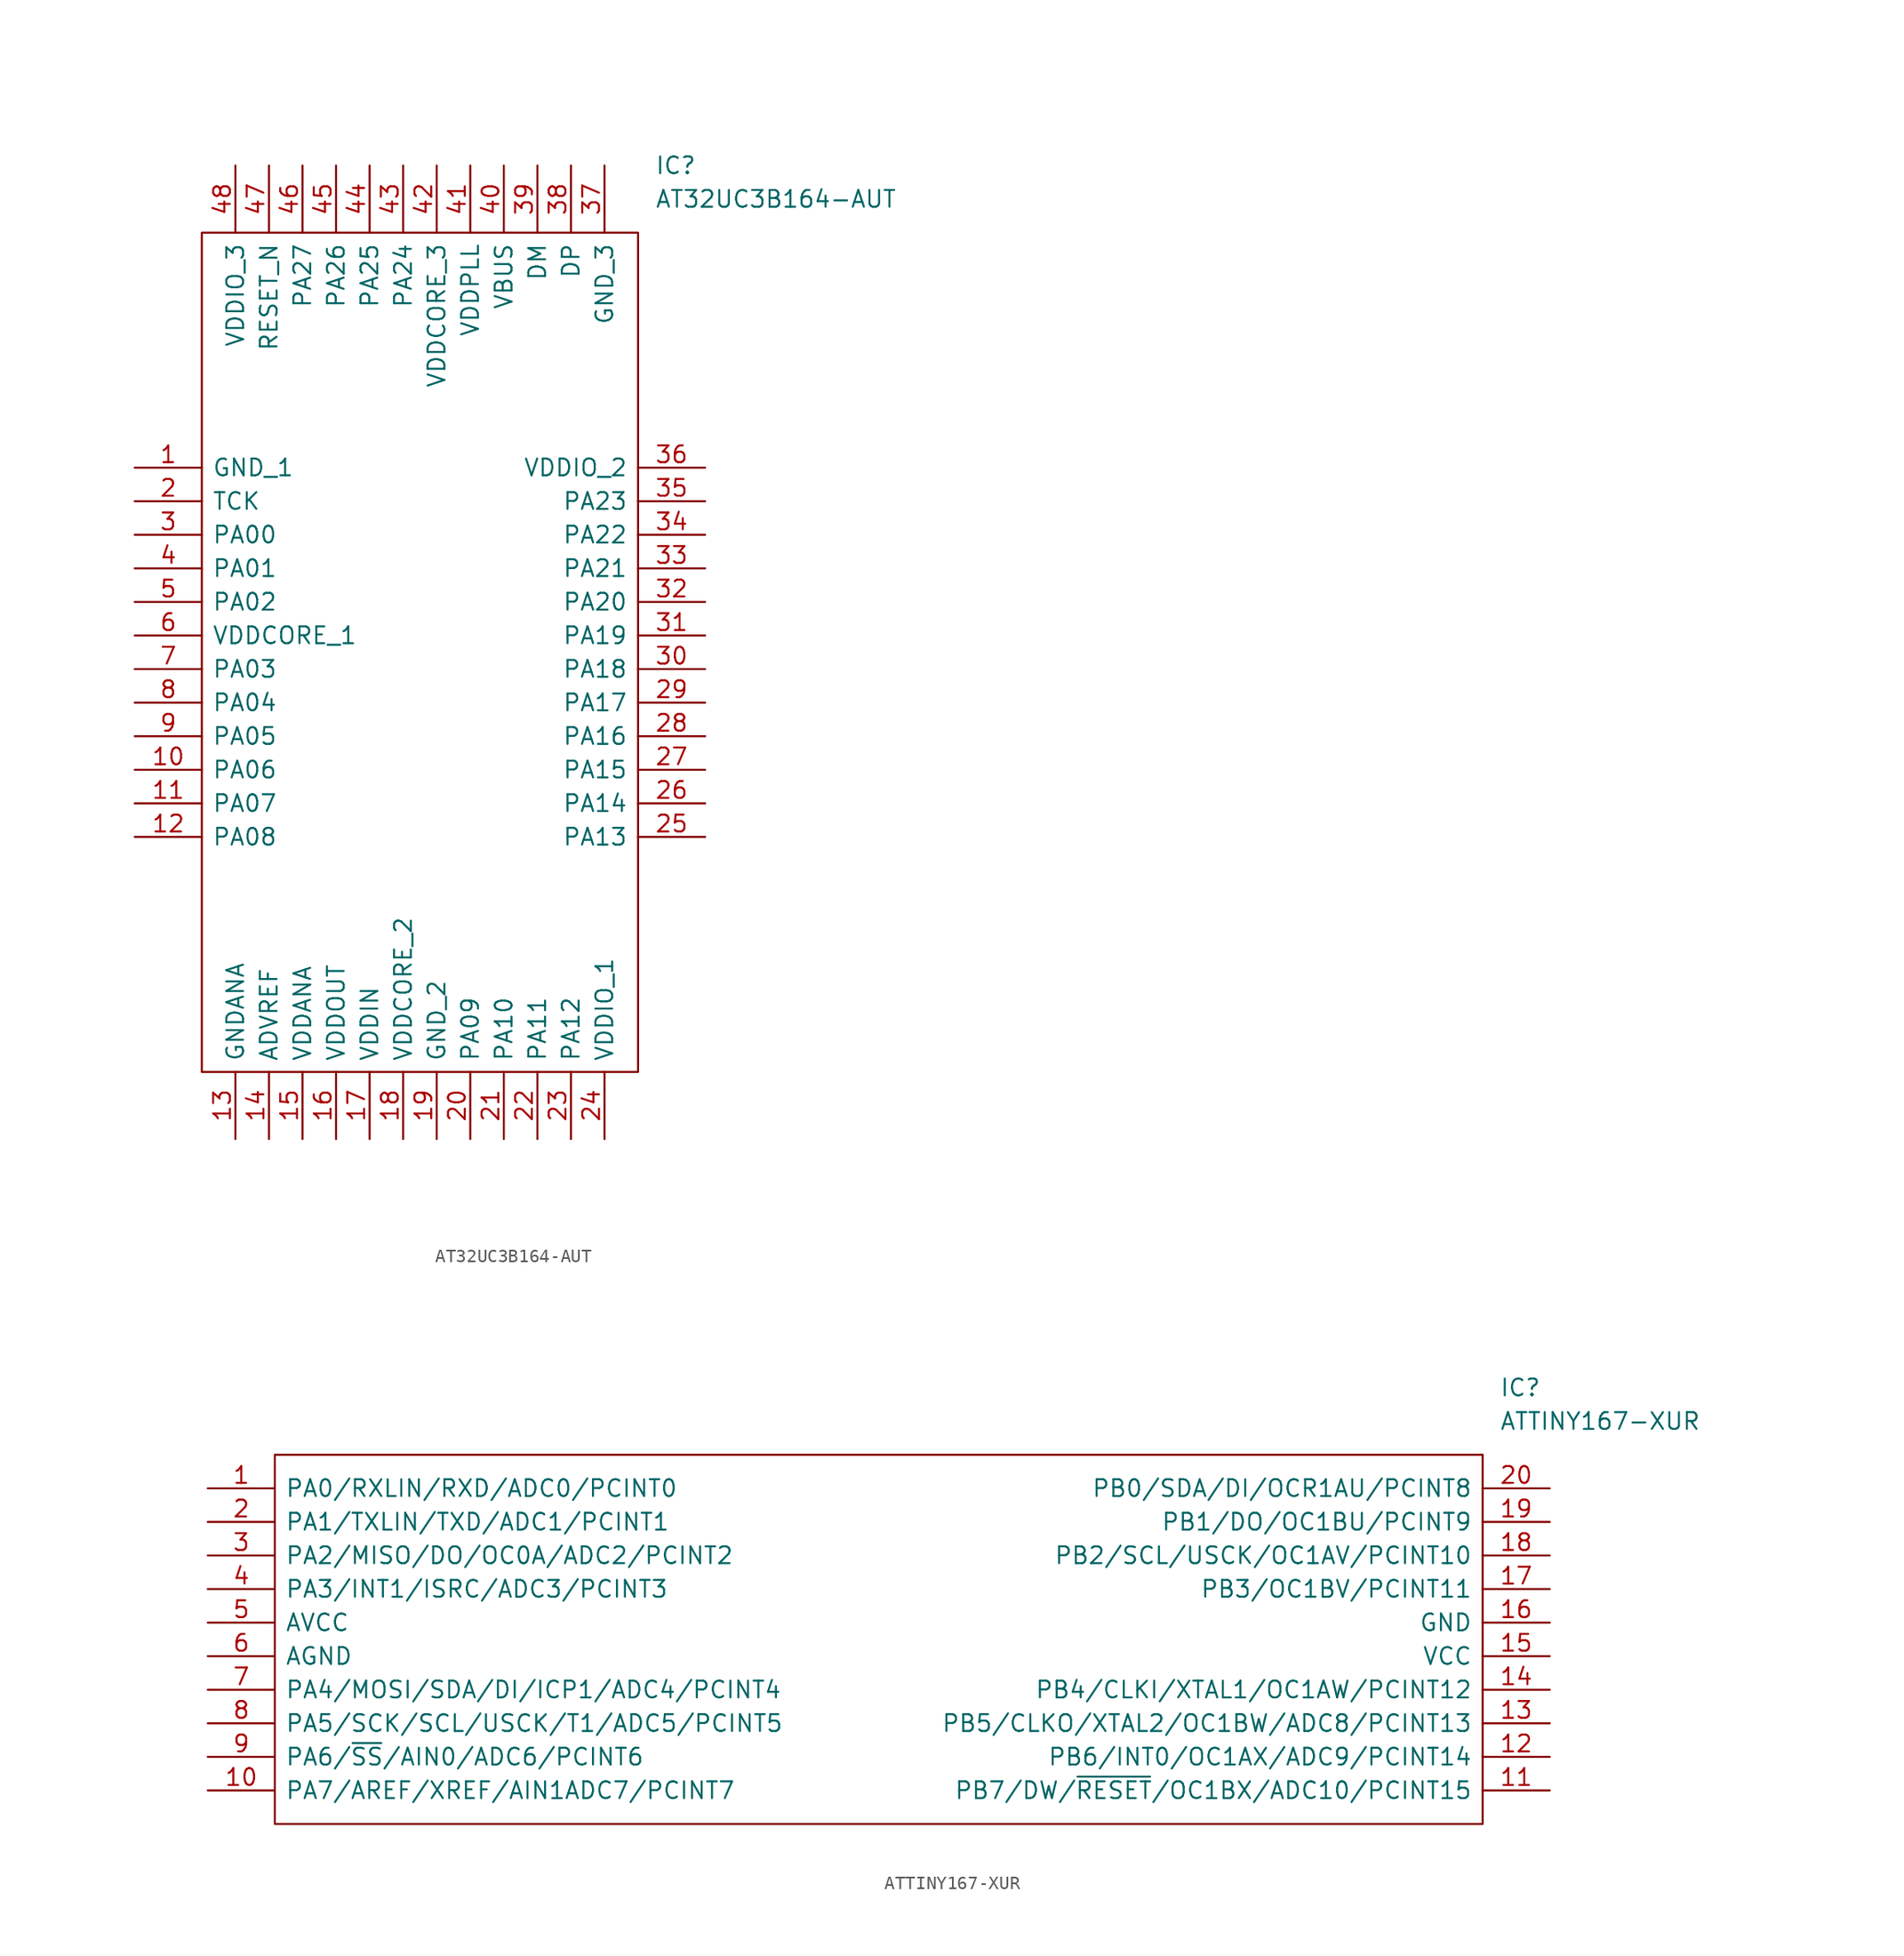
<source format=kicad_sym>
(kicad_symbol_lib
  (version 20211014)
  (generator kicad_symbol_editor)
  (symbol "AT32UC3B164-AUT"
    (pin_names
      (offset 0.762))
    (property "Reference" "IC"
      (at 39.37 22.86 0)
      (effects (font (size 1.27 1.27)) (justify left)))
    (property "Value" "AT32UC3B164-AUT"
      (at 39.37 20.32 0)
      (effects (font (size 1.27 1.27)) (justify left)))
    (symbol "AT32UC3B164-AUT_0_0"
      (pin passive line (at 0 0 0) (length 5.08) (name "GND_1" (effects (font (size 1.27 1.27)))) (number "1" (effects (font (size 1.27 1.27)))))
      (pin passive line (at 0 -22.86 0) (length 5.08) (name "PA06" (effects (font (size 1.27 1.27)))) (number "10" (effects (font (size 1.27 1.27)))))
      (pin passive line (at 0 -25.4 0) (length 5.08) (name "PA07" (effects (font (size 1.27 1.27)))) (number "11" (effects (font (size 1.27 1.27)))))
      (pin passive line (at 0 -27.94 0) (length 5.08) (name "PA08" (effects (font (size 1.27 1.27)))) (number "12" (effects (font (size 1.27 1.27)))))
      (pin passive line (at 7.62 -50.8 90) (length 5.08) (name "GNDANA" (effects (font (size 1.27 1.27)))) (number "13" (effects (font (size 1.27 1.27)))))
      (pin passive line (at 10.16 -50.8 90) (length 5.08) (name "ADVREF" (effects (font (size 1.27 1.27)))) (number "14" (effects (font (size 1.27 1.27)))))
      (pin passive line (at 12.7 -50.8 90) (length 5.08) (name "VDDANA" (effects (font (size 1.27 1.27)))) (number "15" (effects (font (size 1.27 1.27)))))
      (pin passive line (at 15.24 -50.8 90) (length 5.08) (name "VDDOUT" (effects (font (size 1.27 1.27)))) (number "16" (effects (font (size 1.27 1.27)))))
      (pin passive line (at 17.78 -50.8 90) (length 5.08) (name "VDDIN" (effects (font (size 1.27 1.27)))) (number "17" (effects (font (size 1.27 1.27)))))
      (pin passive line (at 20.32 -50.8 90) (length 5.08) (name "VDDCORE_2" (effects (font (size 1.27 1.27)))) (number "18" (effects (font (size 1.27 1.27)))))
      (pin passive line (at 22.86 -50.8 90) (length 5.08) (name "GND_2" (effects (font (size 1.27 1.27)))) (number "19" (effects (font (size 1.27 1.27)))))
      (pin passive line (at 0 -2.54 0) (length 5.08) (name "TCK" (effects (font (size 1.27 1.27)))) (number "2" (effects (font (size 1.27 1.27)))))
      (pin passive line (at 25.4 -50.8 90) (length 5.08) (name "PA09" (effects (font (size 1.27 1.27)))) (number "20" (effects (font (size 1.27 1.27)))))
      (pin passive line (at 27.94 -50.8 90) (length 5.08) (name "PA10" (effects (font (size 1.27 1.27)))) (number "21" (effects (font (size 1.27 1.27)))))
      (pin passive line (at 30.48 -50.8 90) (length 5.08) (name "PA11" (effects (font (size 1.27 1.27)))) (number "22" (effects (font (size 1.27 1.27)))))
      (pin passive line (at 33.02 -50.8 90) (length 5.08) (name "PA12" (effects (font (size 1.27 1.27)))) (number "23" (effects (font (size 1.27 1.27)))))
      (pin passive line (at 35.56 -50.8 90) (length 5.08) (name "VDDIO_1" (effects (font (size 1.27 1.27)))) (number "24" (effects (font (size 1.27 1.27)))))
      (pin passive line (at 43.18 -27.94 180) (length 5.08) (name "PA13" (effects (font (size 1.27 1.27)))) (number "25" (effects (font (size 1.27 1.27)))))
      (pin passive line (at 43.18 -25.4 180) (length 5.08) (name "PA14" (effects (font (size 1.27 1.27)))) (number "26" (effects (font (size 1.27 1.27)))))
      (pin passive line (at 43.18 -22.86 180) (length 5.08) (name "PA15" (effects (font (size 1.27 1.27)))) (number "27" (effects (font (size 1.27 1.27)))))
      (pin passive line (at 43.18 -20.32 180) (length 5.08) (name "PA16" (effects (font (size 1.27 1.27)))) (number "28" (effects (font (size 1.27 1.27)))))
      (pin passive line (at 43.18 -17.78 180) (length 5.08) (name "PA17" (effects (font (size 1.27 1.27)))) (number "29" (effects (font (size 1.27 1.27)))))
      (pin passive line (at 0 -5.08 0) (length 5.08) (name "PA00" (effects (font (size 1.27 1.27)))) (number "3" (effects (font (size 1.27 1.27)))))
      (pin passive line (at 43.18 -15.24 180) (length 5.08) (name "PA18" (effects (font (size 1.27 1.27)))) (number "30" (effects (font (size 1.27 1.27)))))
      (pin passive line (at 43.18 -12.7 180) (length 5.08) (name "PA19" (effects (font (size 1.27 1.27)))) (number "31" (effects (font (size 1.27 1.27)))))
      (pin passive line (at 43.18 -10.16 180) (length 5.08) (name "PA20" (effects (font (size 1.27 1.27)))) (number "32" (effects (font (size 1.27 1.27)))))
      (pin passive line (at 43.18 -7.62 180) (length 5.08) (name "PA21" (effects (font (size 1.27 1.27)))) (number "33" (effects (font (size 1.27 1.27)))))
      (pin passive line (at 43.18 -5.08 180) (length 5.08) (name "PA22" (effects (font (size 1.27 1.27)))) (number "34" (effects (font (size 1.27 1.27)))))
      (pin passive line (at 43.18 -2.54 180) (length 5.08) (name "PA23" (effects (font (size 1.27 1.27)))) (number "35" (effects (font (size 1.27 1.27)))))
      (pin passive line (at 43.18 0 180) (length 5.08) (name "VDDIO_2" (effects (font (size 1.27 1.27)))) (number "36" (effects (font (size 1.27 1.27)))))
      (pin passive line (at 35.56 22.86 270) (length 5.08) (name "GND_3" (effects (font (size 1.27 1.27)))) (number "37" (effects (font (size 1.27 1.27)))))
      (pin passive line (at 33.02 22.86 270) (length 5.08) (name "DP" (effects (font (size 1.27 1.27)))) (number "38" (effects (font (size 1.27 1.27)))))
      (pin passive line (at 30.48 22.86 270) (length 5.08) (name "DM" (effects (font (size 1.27 1.27)))) (number "39" (effects (font (size 1.27 1.27)))))
      (pin passive line (at 0 -7.62 0) (length 5.08) (name "PA01" (effects (font (size 1.27 1.27)))) (number "4" (effects (font (size 1.27 1.27)))))
      (pin passive line (at 27.94 22.86 270) (length 5.08) (name "VBUS" (effects (font (size 1.27 1.27)))) (number "40" (effects (font (size 1.27 1.27)))))
      (pin passive line (at 25.4 22.86 270) (length 5.08) (name "VDDPLL" (effects (font (size 1.27 1.27)))) (number "41" (effects (font (size 1.27 1.27)))))
      (pin passive line (at 22.86 22.86 270) (length 5.08) (name "VDDCORE_3" (effects (font (size 1.27 1.27)))) (number "42" (effects (font (size 1.27 1.27)))))
      (pin passive line (at 20.32 22.86 270) (length 5.08) (name "PA24" (effects (font (size 1.27 1.27)))) (number "43" (effects (font (size 1.27 1.27)))))
      (pin passive line (at 17.78 22.86 270) (length 5.08) (name "PA25" (effects (font (size 1.27 1.27)))) (number "44" (effects (font (size 1.27 1.27)))))
      (pin passive line (at 15.24 22.86 270) (length 5.08) (name "PA26" (effects (font (size 1.27 1.27)))) (number "45" (effects (font (size 1.27 1.27)))))
      (pin passive line (at 12.7 22.86 270) (length 5.08) (name "PA27" (effects (font (size 1.27 1.27)))) (number "46" (effects (font (size 1.27 1.27)))))
      (pin passive line (at 10.16 22.86 270) (length 5.08) (name "RESET_N" (effects (font (size 1.27 1.27)))) (number "47" (effects (font (size 1.27 1.27)))))
      (pin passive line (at 7.62 22.86 270) (length 5.08) (name "VDDIO_3" (effects (font (size 1.27 1.27)))) (number "48" (effects (font (size 1.27 1.27)))))
      (pin passive line (at 0 -10.16 0) (length 5.08) (name "PA02" (effects (font (size 1.27 1.27)))) (number "5" (effects (font (size 1.27 1.27)))))
      (pin passive line (at 0 -12.7 0) (length 5.08) (name "VDDCORE_1" (effects (font (size 1.27 1.27)))) (number "6" (effects (font (size 1.27 1.27)))))
      (pin passive line (at 0 -15.24 0) (length 5.08) (name "PA03" (effects (font (size 1.27 1.27)))) (number "7" (effects (font (size 1.27 1.27)))))
      (pin passive line (at 0 -17.78 0) (length 5.08) (name "PA04" (effects (font (size 1.27 1.27)))) (number "8" (effects (font (size 1.27 1.27)))))
      (pin passive line (at 0 -20.32 0) (length 5.08) (name "PA05" (effects (font (size 1.27 1.27)))) (number "9" (effects (font (size 1.27 1.27))))))
    (symbol "AT32UC3B164-AUT_0_1"
      (polyline (pts (xy 5.08 17.78) (xy 38.1 17.78) (xy 38.1 -45.72) (xy 5.08 -45.72) (xy 5.08 17.78)) (stroke (width 0.152) (type default) (color 0 0 0 0)) (fill (type none)))))
  (symbol "ATTINY167-XUR"
    (pin_names
      (offset 0.762))
    (property "Reference" "IC"
      (at 97.79 7.62 0)
      (effects (font (size 1.27 1.27)) (justify left)))
    (property "Value" "ATTINY167-XUR"
      (at 97.79 5.08 0)
      (effects (font (size 1.27 1.27)) (justify left)))
    (symbol "ATTINY167-XUR_0_0"
      (pin bidirectional line (at 0 0 0) (length 5.08) (name "PA0/RXLIN/RXD/ADC0/PCINT0" (effects (font (size 1.27 1.27)))) (number "1" (effects (font (size 1.27 1.27)))))
      (pin bidirectional line (at 0 -22.86 0) (length 5.08) (name "PA7/AREF/XREF/AIN1ADC7/PCINT7" (effects (font (size 1.27 1.27)))) (number "10" (effects (font (size 1.27 1.27)))))
      (pin bidirectional line (at 101.6 -22.86 180) (length 5.08) (name "PB7/DW/~{RESET}/OC1BX/ADC10/PCINT15" (effects (font (size 1.27 1.27)))) (number "11" (effects (font (size 1.27 1.27)))))
      (pin bidirectional line (at 101.6 -20.32 180) (length 5.08) (name "PB6/INT0/OC1AX/ADC9/PCINT14" (effects (font (size 1.27 1.27)))) (number "12" (effects (font (size 1.27 1.27)))))
      (pin bidirectional line (at 101.6 -17.78 180) (length 5.08) (name "PB5/CLKO/XTAL2/OC1BW/ADC8/PCINT13" (effects (font (size 1.27 1.27)))) (number "13" (effects (font (size 1.27 1.27)))))
      (pin bidirectional line (at 101.6 -15.24 180) (length 5.08) (name "PB4/CLKI/XTAL1/OC1AW/PCINT12" (effects (font (size 1.27 1.27)))) (number "14" (effects (font (size 1.27 1.27)))))
      (pin power_in line (at 101.6 -12.7 180) (length 5.08) (name "VCC" (effects (font (size 1.27 1.27)))) (number "15" (effects (font (size 1.27 1.27)))))
      (pin power_in line (at 101.6 -10.16 180) (length 5.08) (name "GND" (effects (font (size 1.27 1.27)))) (number "16" (effects (font (size 1.27 1.27)))))
      (pin bidirectional line (at 101.6 -7.62 180) (length 5.08) (name "PB3/OC1BV/PCINT11" (effects (font (size 1.27 1.27)))) (number "17" (effects (font (size 1.27 1.27)))))
      (pin bidirectional line (at 101.6 -5.08 180) (length 5.08) (name "PB2/SCL/USCK/OC1AV/PCINT10" (effects (font (size 1.27 1.27)))) (number "18" (effects (font (size 1.27 1.27)))))
      (pin bidirectional line (at 101.6 -2.54 180) (length 5.08) (name "PB1/DO/OC1BU/PCINT9" (effects (font (size 1.27 1.27)))) (number "19" (effects (font (size 1.27 1.27)))))
      (pin bidirectional line (at 0 -2.54 0) (length 5.08) (name "PA1/TXLIN/TXD/ADC1/PCINT1" (effects (font (size 1.27 1.27)))) (number "2" (effects (font (size 1.27 1.27)))))
      (pin bidirectional line (at 101.6 0 180) (length 5.08) (name "PB0/SDA/DI/OCR1AU/PCINT8" (effects (font (size 1.27 1.27)))) (number "20" (effects (font (size 1.27 1.27)))))
      (pin bidirectional line (at 0 -5.08 0) (length 5.08) (name "PA2/MISO/DO/OC0A/ADC2/PCINT2" (effects (font (size 1.27 1.27)))) (number "3" (effects (font (size 1.27 1.27)))))
      (pin bidirectional line (at 0 -7.62 0) (length 5.08) (name "PA3/INT1/ISRC/ADC3/PCINT3" (effects (font (size 1.27 1.27)))) (number "4" (effects (font (size 1.27 1.27)))))
      (pin power_in line (at 0 -10.16 0) (length 5.08) (name "AVCC" (effects (font (size 1.27 1.27)))) (number "5" (effects (font (size 1.27 1.27)))))
      (pin power_in line (at 0 -12.7 0) (length 5.08) (name "AGND" (effects (font (size 1.27 1.27)))) (number "6" (effects (font (size 1.27 1.27)))))
      (pin bidirectional line (at 0 -15.24 0) (length 5.08) (name "PA4/MOSI/SDA/DI/ICP1/ADC4/PCINT4" (effects (font (size 1.27 1.27)))) (number "7" (effects (font (size 1.27 1.27)))))
      (pin bidirectional line (at 0 -17.78 0) (length 5.08) (name "PA5/SCK/SCL/USCK/T1/ADC5/PCINT5" (effects (font (size 1.27 1.27)))) (number "8" (effects (font (size 1.27 1.27)))))
      (pin bidirectional line (at 0 -20.32 0) (length 5.08) (name "PA6/~{SS}/AIN0/ADC6/PCINT6" (effects (font (size 1.27 1.27)))) (number "9" (effects (font (size 1.27 1.27))))))
    (symbol "ATTINY167-XUR_0_1"
      (polyline (pts (xy 5.08 2.54) (xy 96.52 2.54) (xy 96.52 -25.4) (xy 5.08 -25.4) (xy 5.08 2.54)) (stroke (width 0.152) (type default) (color 0 0 0 0)) (fill (type none))))))
</source>
